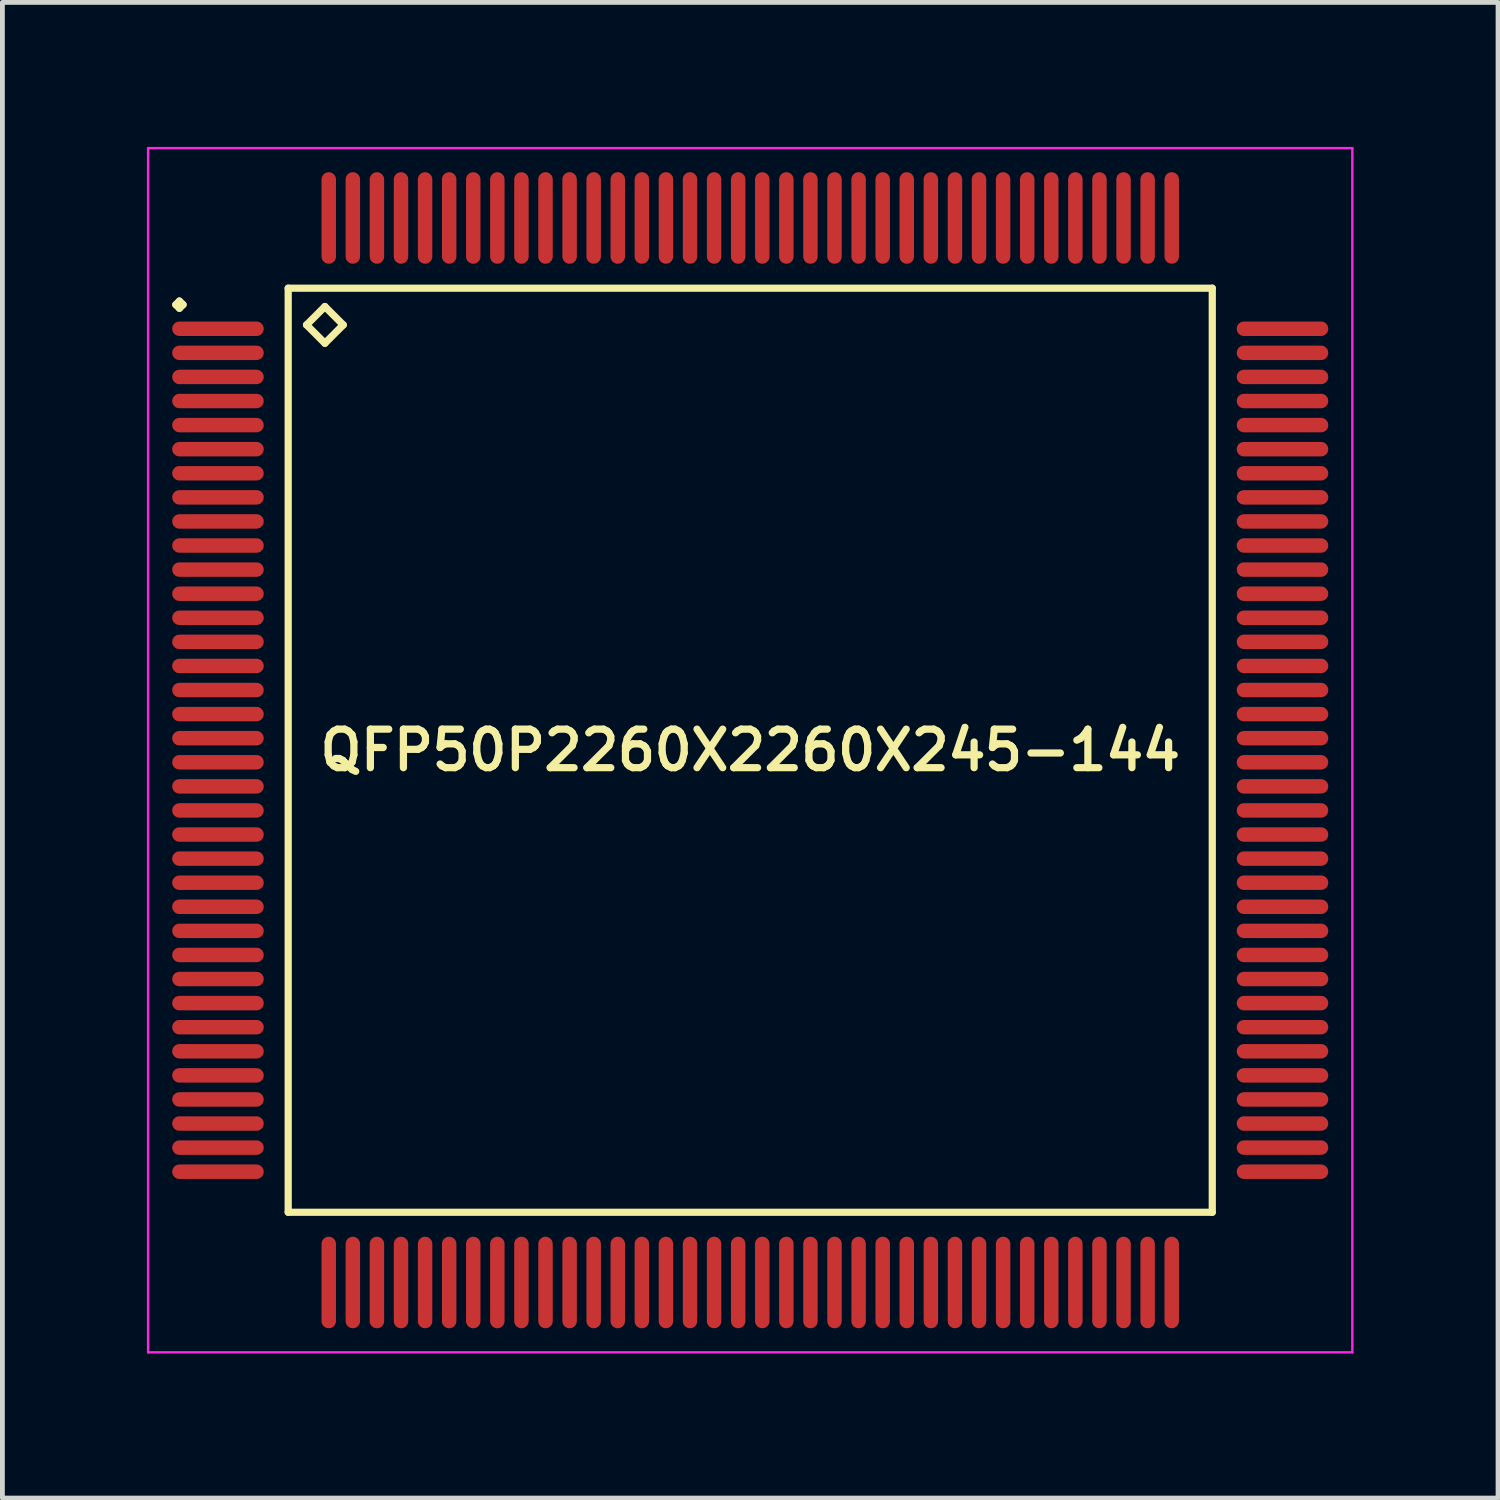
<source format=kicad_pcb>
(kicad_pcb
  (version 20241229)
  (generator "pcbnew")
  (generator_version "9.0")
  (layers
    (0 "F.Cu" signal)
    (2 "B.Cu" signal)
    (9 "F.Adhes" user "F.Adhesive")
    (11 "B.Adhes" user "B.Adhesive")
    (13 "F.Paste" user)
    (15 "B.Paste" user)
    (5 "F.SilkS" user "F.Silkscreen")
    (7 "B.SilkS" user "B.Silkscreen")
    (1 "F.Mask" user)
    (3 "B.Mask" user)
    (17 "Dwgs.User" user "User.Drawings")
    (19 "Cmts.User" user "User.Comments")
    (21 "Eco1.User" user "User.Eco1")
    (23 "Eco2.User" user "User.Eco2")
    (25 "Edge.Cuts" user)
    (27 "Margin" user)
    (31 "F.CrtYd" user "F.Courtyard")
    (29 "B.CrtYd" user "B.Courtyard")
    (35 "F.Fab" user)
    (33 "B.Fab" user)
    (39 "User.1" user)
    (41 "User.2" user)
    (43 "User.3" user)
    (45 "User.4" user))
  (footprint "QFP50P2260X2260X245-144"
    (layer "F.Cu")
    (at 12.525 12.525)
    (property "Reference" "QFP50P2260X2260X245-144" (at 0 0 0) (layer "F.SilkS") (effects (font (size 0.8 0.8) (thickness 0.15))))
    (attr smd)
    (fp_line (start -11.925 -9.25) (end -11.85 -9.325) (stroke (width 0.15) (type solid)) (layer "F.SilkS"))
    (fp_line (start -11.85 -9.325) (end -11.775 -9.25) (stroke (width 0.15) (type solid)) (layer "F.SilkS"))
    (fp_line (start -11.85 -9.175) (end -11.925 -9.25) (stroke (width 0.15) (type solid)) (layer "F.SilkS"))
    (fp_line (start -11.775 -9.25) (end -11.85 -9.175) (stroke (width 0.15) (type solid)) (layer "F.SilkS"))
    (fp_line (start -9.592 -9.592) (end -9.592 9.592) (stroke (width 0.15) (type solid)) (layer "F.SilkS"))
    (fp_line (start -9.592 9.592) (end 9.592 9.592) (stroke (width 0.15) (type solid)) (layer "F.SilkS"))
    (fp_line (start -9.211 -8.83) (end -8.83 -9.211) (stroke (width 0.15) (type solid)) (layer "F.SilkS"))
    (fp_line (start -8.83 -9.211) (end -8.449 -8.83) (stroke (width 0.15) (type solid)) (layer "F.SilkS"))
    (fp_line (start -8.83 -8.449) (end -9.211 -8.83) (stroke (width 0.15) (type solid)) (layer "F.SilkS"))
    (fp_line (start -8.449 -8.83) (end -8.83 -8.449) (stroke (width 0.15) (type solid)) (layer "F.SilkS"))
    (fp_line (start 9.592 -9.592) (end -9.592 -9.592) (stroke (width 0.15) (type solid)) (layer "F.SilkS"))
    (fp_line (start 9.592 9.592) (end 9.592 -9.592) (stroke (width 0.15) (type solid)) (layer "F.SilkS"))
    (fp_line (start -12.5 -12.5) (end 12.5 -12.5) (stroke (width 0.05) (type solid)) (layer "F.CrtYd"))
    (fp_line (start -12.5 12.5) (end -12.5 -12.5) (stroke (width 0.05) (type solid)) (layer "F.CrtYd"))
    (fp_line (start 12.5 -12.5) (end 12.5 12.5) (stroke (width 0.05) (type solid)) (layer "F.CrtYd"))
    (fp_line (start 12.5 12.5) (end -12.5 12.5) (stroke (width 0.05) (type solid)) (layer "F.CrtYd"))
    (pad "1" smd oval (at -11.05 -8.75) (size 1.9 0.3) (layers "F.Cu" "F.Mask" "F.Paste"))
    (pad "2" smd oval (at -11.05 -8.25) (size 1.9 0.3) (layers "F.Cu" "F.Mask" "F.Paste"))
    (pad "3" smd oval (at -11.05 -7.75) (size 1.9 0.3) (layers "F.Cu" "F.Mask" "F.Paste"))
    (pad "4" smd oval (at -11.05 -7.25) (size 1.9 0.3) (layers "F.Cu" "F.Mask" "F.Paste"))
    (pad "5" smd oval (at -11.05 -6.75) (size 1.9 0.3) (layers "F.Cu" "F.Mask" "F.Paste"))
    (pad "6" smd oval (at -11.05 -6.25) (size 1.9 0.3) (layers "F.Cu" "F.Mask" "F.Paste"))
    (pad "7" smd oval (at -11.05 -5.75) (size 1.9 0.3) (layers "F.Cu" "F.Mask" "F.Paste"))
    (pad "8" smd oval (at -11.05 -5.25) (size 1.9 0.3) (layers "F.Cu" "F.Mask" "F.Paste"))
    (pad "9" smd oval (at -11.05 -4.75) (size 1.9 0.3) (layers "F.Cu" "F.Mask" "F.Paste"))
    (pad "10" smd oval (at -11.05 -4.25) (size 1.9 0.3) (layers "F.Cu" "F.Mask" "F.Paste"))
    (pad "11" smd oval (at -11.05 -3.75) (size 1.9 0.3) (layers "F.Cu" "F.Mask" "F.Paste"))
    (pad "12" smd oval (at -11.05 -3.25) (size 1.9 0.3) (layers "F.Cu" "F.Mask" "F.Paste"))
    (pad "13" smd oval (at -11.05 -2.75) (size 1.9 0.3) (layers "F.Cu" "F.Mask" "F.Paste"))
    (pad "14" smd oval (at -11.05 -2.25) (size 1.9 0.3) (layers "F.Cu" "F.Mask" "F.Paste"))
    (pad "15" smd oval (at -11.05 -1.75) (size 1.9 0.3) (layers "F.Cu" "F.Mask" "F.Paste"))
    (pad "16" smd oval (at -11.05 -1.25) (size 1.9 0.3) (layers "F.Cu" "F.Mask" "F.Paste"))
    (pad "17" smd oval (at -11.05 -0.75) (size 1.9 0.3) (layers "F.Cu" "F.Mask" "F.Paste"))
    (pad "18" smd oval (at -11.05 -0.25) (size 1.9 0.3) (layers "F.Cu" "F.Mask" "F.Paste"))
    (pad "19" smd oval (at -11.05 0.25) (size 1.9 0.3) (layers "F.Cu" "F.Mask" "F.Paste"))
    (pad "20" smd oval (at -11.05 0.75) (size 1.9 0.3) (layers "F.Cu" "F.Mask" "F.Paste"))
    (pad "21" smd oval (at -11.05 1.25) (size 1.9 0.3) (layers "F.Cu" "F.Mask" "F.Paste"))
    (pad "22" smd oval (at -11.05 1.75) (size 1.9 0.3) (layers "F.Cu" "F.Mask" "F.Paste"))
    (pad "23" smd oval (at -11.05 2.25) (size 1.9 0.3) (layers "F.Cu" "F.Mask" "F.Paste"))
    (pad "24" smd oval (at -11.05 2.75) (size 1.9 0.3) (layers "F.Cu" "F.Mask" "F.Paste"))
    (pad "25" smd oval (at -11.05 3.25) (size 1.9 0.3) (layers "F.Cu" "F.Mask" "F.Paste"))
    (pad "26" smd oval (at -11.05 3.75) (size 1.9 0.3) (layers "F.Cu" "F.Mask" "F.Paste"))
    (pad "27" smd oval (at -11.05 4.25) (size 1.9 0.3) (layers "F.Cu" "F.Mask" "F.Paste"))
    (pad "28" smd oval (at -11.05 4.75) (size 1.9 0.3) (layers "F.Cu" "F.Mask" "F.Paste"))
    (pad "29" smd oval (at -11.05 5.25) (size 1.9 0.3) (layers "F.Cu" "F.Mask" "F.Paste"))
    (pad "30" smd oval (at -11.05 5.75) (size 1.9 0.3) (layers "F.Cu" "F.Mask" "F.Paste"))
    (pad "31" smd oval (at -11.05 6.25) (size 1.9 0.3) (layers "F.Cu" "F.Mask" "F.Paste"))
    (pad "32" smd oval (at -11.05 6.75) (size 1.9 0.3) (layers "F.Cu" "F.Mask" "F.Paste"))
    (pad "33" smd oval (at -11.05 7.25) (size 1.9 0.3) (layers "F.Cu" "F.Mask" "F.Paste"))
    (pad "34" smd oval (at -11.05 7.75) (size 1.9 0.3) (layers "F.Cu" "F.Mask" "F.Paste"))
    (pad "35" smd oval (at -11.05 8.25) (size 1.9 0.3) (layers "F.Cu" "F.Mask" "F.Paste"))
    (pad "36" smd oval (at -11.05 8.75) (size 1.9 0.3) (layers "F.Cu" "F.Mask" "F.Paste"))
    (pad "37" smd oval (at -8.75 11.05) (size 0.3 1.9) (layers "F.Cu" "F.Mask" "F.Paste"))
    (pad "38" smd oval (at -8.25 11.05) (size 0.3 1.9) (layers "F.Cu" "F.Mask" "F.Paste"))
    (pad "39" smd oval (at -7.75 11.05) (size 0.3 1.9) (layers "F.Cu" "F.Mask" "F.Paste"))
    (pad "40" smd oval (at -7.25 11.05) (size 0.3 1.9) (layers "F.Cu" "F.Mask" "F.Paste"))
    (pad "41" smd oval (at -6.75 11.05) (size 0.3 1.9) (layers "F.Cu" "F.Mask" "F.Paste"))
    (pad "42" smd oval (at -6.25 11.05) (size 0.3 1.9) (layers "F.Cu" "F.Mask" "F.Paste"))
    (pad "43" smd oval (at -5.75 11.05) (size 0.3 1.9) (layers "F.Cu" "F.Mask" "F.Paste"))
    (pad "44" smd oval (at -5.25 11.05) (size 0.3 1.9) (layers "F.Cu" "F.Mask" "F.Paste"))
    (pad "45" smd oval (at -4.75 11.05) (size 0.3 1.9) (layers "F.Cu" "F.Mask" "F.Paste"))
    (pad "46" smd oval (at -4.25 11.05) (size 0.3 1.9) (layers "F.Cu" "F.Mask" "F.Paste"))
    (pad "47" smd oval (at -3.75 11.05) (size 0.3 1.9) (layers "F.Cu" "F.Mask" "F.Paste"))
    (pad "48" smd oval (at -3.25 11.05) (size 0.3 1.9) (layers "F.Cu" "F.Mask" "F.Paste"))
    (pad "49" smd oval (at -2.75 11.05) (size 0.3 1.9) (layers "F.Cu" "F.Mask" "F.Paste"))
    (pad "50" smd oval (at -2.25 11.05) (size 0.3 1.9) (layers "F.Cu" "F.Mask" "F.Paste"))
    (pad "51" smd oval (at -1.75 11.05) (size 0.3 1.9) (layers "F.Cu" "F.Mask" "F.Paste"))
    (pad "52" smd oval (at -1.25 11.05) (size 0.3 1.9) (layers "F.Cu" "F.Mask" "F.Paste"))
    (pad "53" smd oval (at -0.75 11.05) (size 0.3 1.9) (layers "F.Cu" "F.Mask" "F.Paste"))
    (pad "54" smd oval (at -0.25 11.05) (size 0.3 1.9) (layers "F.Cu" "F.Mask" "F.Paste"))
    (pad "55" smd oval (at 0.25 11.05) (size 0.3 1.9) (layers "F.Cu" "F.Mask" "F.Paste"))
    (pad "56" smd oval (at 0.75 11.05) (size 0.3 1.9) (layers "F.Cu" "F.Mask" "F.Paste"))
    (pad "57" smd oval (at 1.25 11.05) (size 0.3 1.9) (layers "F.Cu" "F.Mask" "F.Paste"))
    (pad "58" smd oval (at 1.75 11.05) (size 0.3 1.9) (layers "F.Cu" "F.Mask" "F.Paste"))
    (pad "59" smd oval (at 2.25 11.05) (size 0.3 1.9) (layers "F.Cu" "F.Mask" "F.Paste"))
    (pad "60" smd oval (at 2.75 11.05) (size 0.3 1.9) (layers "F.Cu" "F.Mask" "F.Paste"))
    (pad "61" smd oval (at 3.25 11.05) (size 0.3 1.9) (layers "F.Cu" "F.Mask" "F.Paste"))
    (pad "62" smd oval (at 3.75 11.05) (size 0.3 1.9) (layers "F.Cu" "F.Mask" "F.Paste"))
    (pad "63" smd oval (at 4.25 11.05) (size 0.3 1.9) (layers "F.Cu" "F.Mask" "F.Paste"))
    (pad "64" smd oval (at 4.75 11.05) (size 0.3 1.9) (layers "F.Cu" "F.Mask" "F.Paste"))
    (pad "65" smd oval (at 5.25 11.05) (size 0.3 1.9) (layers "F.Cu" "F.Mask" "F.Paste"))
    (pad "66" smd oval (at 5.75 11.05) (size 0.3 1.9) (layers "F.Cu" "F.Mask" "F.Paste"))
    (pad "67" smd oval (at 6.25 11.05) (size 0.3 1.9) (layers "F.Cu" "F.Mask" "F.Paste"))
    (pad "68" smd oval (at 6.75 11.05) (size 0.3 1.9) (layers "F.Cu" "F.Mask" "F.Paste"))
    (pad "69" smd oval (at 7.25 11.05) (size 0.3 1.9) (layers "F.Cu" "F.Mask" "F.Paste"))
    (pad "70" smd oval (at 7.75 11.05) (size 0.3 1.9) (layers "F.Cu" "F.Mask" "F.Paste"))
    (pad "71" smd oval (at 8.25 11.05) (size 0.3 1.9) (layers "F.Cu" "F.Mask" "F.Paste"))
    (pad "72" smd oval (at 8.75 11.05) (size 0.3 1.9) (layers "F.Cu" "F.Mask" "F.Paste"))
    (pad "73" smd oval (at 11.05 8.75) (size 1.9 0.3) (layers "F.Cu" "F.Mask" "F.Paste"))
    (pad "74" smd oval (at 11.05 8.25) (size 1.9 0.3) (layers "F.Cu" "F.Mask" "F.Paste"))
    (pad "75" smd oval (at 11.05 7.75) (size 1.9 0.3) (layers "F.Cu" "F.Mask" "F.Paste"))
    (pad "76" smd oval (at 11.05 7.25) (size 1.9 0.3) (layers "F.Cu" "F.Mask" "F.Paste"))
    (pad "77" smd oval (at 11.05 6.75) (size 1.9 0.3) (layers "F.Cu" "F.Mask" "F.Paste"))
    (pad "78" smd oval (at 11.05 6.25) (size 1.9 0.3) (layers "F.Cu" "F.Mask" "F.Paste"))
    (pad "79" smd oval (at 11.05 5.75) (size 1.9 0.3) (layers "F.Cu" "F.Mask" "F.Paste"))
    (pad "80" smd oval (at 11.05 5.25) (size 1.9 0.3) (layers "F.Cu" "F.Mask" "F.Paste"))
    (pad "81" smd oval (at 11.05 4.75) (size 1.9 0.3) (layers "F.Cu" "F.Mask" "F.Paste"))
    (pad "82" smd oval (at 11.05 4.25) (size 1.9 0.3) (layers "F.Cu" "F.Mask" "F.Paste"))
    (pad "83" smd oval (at 11.05 3.75) (size 1.9 0.3) (layers "F.Cu" "F.Mask" "F.Paste"))
    (pad "84" smd oval (at 11.05 3.25) (size 1.9 0.3) (layers "F.Cu" "F.Mask" "F.Paste"))
    (pad "85" smd oval (at 11.05 2.75) (size 1.9 0.3) (layers "F.Cu" "F.Mask" "F.Paste"))
    (pad "86" smd oval (at 11.05 2.25) (size 1.9 0.3) (layers "F.Cu" "F.Mask" "F.Paste"))
    (pad "87" smd oval (at 11.05 1.75) (size 1.9 0.3) (layers "F.Cu" "F.Mask" "F.Paste"))
    (pad "88" smd oval (at 11.05 1.25) (size 1.9 0.3) (layers "F.Cu" "F.Mask" "F.Paste"))
    (pad "89" smd oval (at 11.05 0.75) (size 1.9 0.3) (layers "F.Cu" "F.Mask" "F.Paste"))
    (pad "90" smd oval (at 11.05 0.25) (size 1.9 0.3) (layers "F.Cu" "F.Mask" "F.Paste"))
    (pad "91" smd oval (at 11.05 -0.25) (size 1.9 0.3) (layers "F.Cu" "F.Mask" "F.Paste"))
    (pad "92" smd oval (at 11.05 -0.75) (size 1.9 0.3) (layers "F.Cu" "F.Mask" "F.Paste"))
    (pad "93" smd oval (at 11.05 -1.25) (size 1.9 0.3) (layers "F.Cu" "F.Mask" "F.Paste"))
    (pad "94" smd oval (at 11.05 -1.75) (size 1.9 0.3) (layers "F.Cu" "F.Mask" "F.Paste"))
    (pad "95" smd oval (at 11.05 -2.25) (size 1.9 0.3) (layers "F.Cu" "F.Mask" "F.Paste"))
    (pad "96" smd oval (at 11.05 -2.75) (size 1.9 0.3) (layers "F.Cu" "F.Mask" "F.Paste"))
    (pad "97" smd oval (at 11.05 -3.25) (size 1.9 0.3) (layers "F.Cu" "F.Mask" "F.Paste"))
    (pad "98" smd oval (at 11.05 -3.75) (size 1.9 0.3) (layers "F.Cu" "F.Mask" "F.Paste"))
    (pad "99" smd oval (at 11.05 -4.25) (size 1.9 0.3) (layers "F.Cu" "F.Mask" "F.Paste"))
    (pad "100" smd oval (at 11.05 -4.75) (size 1.9 0.3) (layers "F.Cu" "F.Mask" "F.Paste"))
    (pad "101" smd oval (at 11.05 -5.25) (size 1.9 0.3) (layers "F.Cu" "F.Mask" "F.Paste"))
    (pad "102" smd oval (at 11.05 -5.75) (size 1.9 0.3) (layers "F.Cu" "F.Mask" "F.Paste"))
    (pad "103" smd oval (at 11.05 -6.25) (size 1.9 0.3) (layers "F.Cu" "F.Mask" "F.Paste"))
    (pad "104" smd oval (at 11.05 -6.75) (size 1.9 0.3) (layers "F.Cu" "F.Mask" "F.Paste"))
    (pad "105" smd oval (at 11.05 -7.25) (size 1.9 0.3) (layers "F.Cu" "F.Mask" "F.Paste"))
    (pad "106" smd oval (at 11.05 -7.75) (size 1.9 0.3) (layers "F.Cu" "F.Mask" "F.Paste"))
    (pad "107" smd oval (at 11.05 -8.25) (size 1.9 0.3) (layers "F.Cu" "F.Mask" "F.Paste"))
    (pad "108" smd oval (at 11.05 -8.75) (size 1.9 0.3) (layers "F.Cu" "F.Mask" "F.Paste"))
    (pad "109" smd oval (at 8.75 -11.05) (size 0.3 1.9) (layers "F.Cu" "F.Mask" "F.Paste"))
    (pad "110" smd oval (at 8.25 -11.05) (size 0.3 1.9) (layers "F.Cu" "F.Mask" "F.Paste"))
    (pad "111" smd oval (at 7.75 -11.05) (size 0.3 1.9) (layers "F.Cu" "F.Mask" "F.Paste"))
    (pad "112" smd oval (at 7.25 -11.05) (size 0.3 1.9) (layers "F.Cu" "F.Mask" "F.Paste"))
    (pad "113" smd oval (at 6.75 -11.05) (size 0.3 1.9) (layers "F.Cu" "F.Mask" "F.Paste"))
    (pad "114" smd oval (at 6.25 -11.05) (size 0.3 1.9) (layers "F.Cu" "F.Mask" "F.Paste"))
    (pad "115" smd oval (at 5.75 -11.05) (size 0.3 1.9) (layers "F.Cu" "F.Mask" "F.Paste"))
    (pad "116" smd oval (at 5.25 -11.05) (size 0.3 1.9) (layers "F.Cu" "F.Mask" "F.Paste"))
    (pad "117" smd oval (at 4.75 -11.05) (size 0.3 1.9) (layers "F.Cu" "F.Mask" "F.Paste"))
    (pad "118" smd oval (at 4.25 -11.05) (size 0.3 1.9) (layers "F.Cu" "F.Mask" "F.Paste"))
    (pad "119" smd oval (at 3.75 -11.05) (size 0.3 1.9) (layers "F.Cu" "F.Mask" "F.Paste"))
    (pad "120" smd oval (at 3.25 -11.05) (size 0.3 1.9) (layers "F.Cu" "F.Mask" "F.Paste"))
    (pad "121" smd oval (at 2.75 -11.05) (size 0.3 1.9) (layers "F.Cu" "F.Mask" "F.Paste"))
    (pad "122" smd oval (at 2.25 -11.05) (size 0.3 1.9) (layers "F.Cu" "F.Mask" "F.Paste"))
    (pad "123" smd oval (at 1.75 -11.05) (size 0.3 1.9) (layers "F.Cu" "F.Mask" "F.Paste"))
    (pad "124" smd oval (at 1.25 -11.05) (size 0.3 1.9) (layers "F.Cu" "F.Mask" "F.Paste"))
    (pad "125" smd oval (at 0.75 -11.05) (size 0.3 1.9) (layers "F.Cu" "F.Mask" "F.Paste"))
    (pad "126" smd oval (at 0.25 -11.05) (size 0.3 1.9) (layers "F.Cu" "F.Mask" "F.Paste"))
    (pad "127" smd oval (at -0.25 -11.05) (size 0.3 1.9) (layers "F.Cu" "F.Mask" "F.Paste"))
    (pad "128" smd oval (at -0.75 -11.05) (size 0.3 1.9) (layers "F.Cu" "F.Mask" "F.Paste"))
    (pad "129" smd oval (at -1.25 -11.05) (size 0.3 1.9) (layers "F.Cu" "F.Mask" "F.Paste"))
    (pad "130" smd oval (at -1.75 -11.05) (size 0.3 1.9) (layers "F.Cu" "F.Mask" "F.Paste"))
    (pad "131" smd oval (at -2.25 -11.05) (size 0.3 1.9) (layers "F.Cu" "F.Mask" "F.Paste"))
    (pad "132" smd oval (at -2.75 -11.05) (size 0.3 1.9) (layers "F.Cu" "F.Mask" "F.Paste"))
    (pad "133" smd oval (at -3.25 -11.05) (size 0.3 1.9) (layers "F.Cu" "F.Mask" "F.Paste"))
    (pad "134" smd oval (at -3.75 -11.05) (size 0.3 1.9) (layers "F.Cu" "F.Mask" "F.Paste"))
    (pad "135" smd oval (at -4.25 -11.05) (size 0.3 1.9) (layers "F.Cu" "F.Mask" "F.Paste"))
    (pad "136" smd oval (at -4.75 -11.05) (size 0.3 1.9) (layers "F.Cu" "F.Mask" "F.Paste"))
    (pad "137" smd oval (at -5.25 -11.05) (size 0.3 1.9) (layers "F.Cu" "F.Mask" "F.Paste"))
    (pad "138" smd oval (at -5.75 -11.05) (size 0.3 1.9) (layers "F.Cu" "F.Mask" "F.Paste"))
    (pad "139" smd oval (at -6.25 -11.05) (size 0.3 1.9) (layers "F.Cu" "F.Mask" "F.Paste"))
    (pad "140" smd oval (at -6.75 -11.05) (size 0.3 1.9) (layers "F.Cu" "F.Mask" "F.Paste"))
    (pad "141" smd oval (at -7.25 -11.05) (size 0.3 1.9) (layers "F.Cu" "F.Mask" "F.Paste"))
    (pad "142" smd oval (at -7.75 -11.05) (size 0.3 1.9) (layers "F.Cu" "F.Mask" "F.Paste"))
    (pad "143" smd oval (at -8.25 -11.05) (size 0.3 1.9) (layers "F.Cu" "F.Mask" "F.Paste"))
    (pad "144" smd oval (at -8.75 -11.05) (size 0.3 1.9) (layers "F.Cu" "F.Mask" "F.Paste")))
  (gr_rect
    (start -3 -3)
    (end 28.05 28.05)
    (stroke (width 0.1) (type default))
    (fill no)
    (layer "Edge.Cuts")))
</source>
